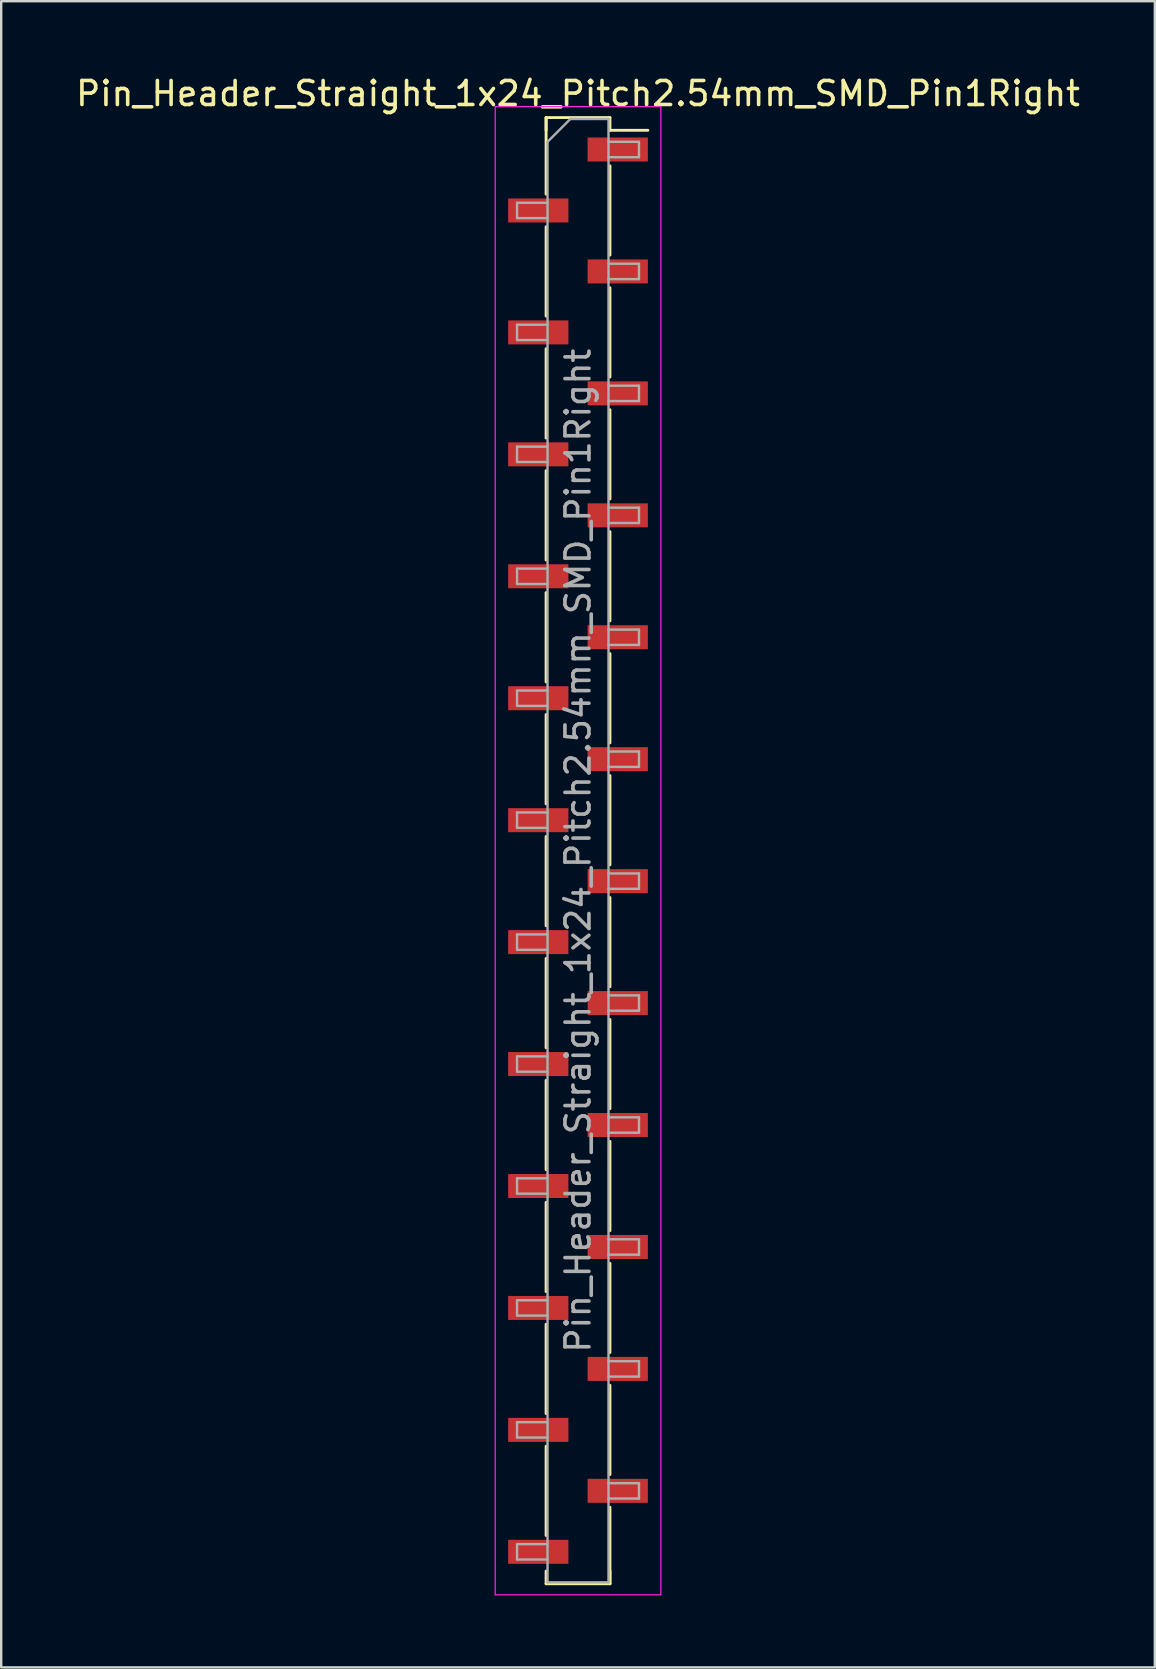
<source format=kicad_pcb>
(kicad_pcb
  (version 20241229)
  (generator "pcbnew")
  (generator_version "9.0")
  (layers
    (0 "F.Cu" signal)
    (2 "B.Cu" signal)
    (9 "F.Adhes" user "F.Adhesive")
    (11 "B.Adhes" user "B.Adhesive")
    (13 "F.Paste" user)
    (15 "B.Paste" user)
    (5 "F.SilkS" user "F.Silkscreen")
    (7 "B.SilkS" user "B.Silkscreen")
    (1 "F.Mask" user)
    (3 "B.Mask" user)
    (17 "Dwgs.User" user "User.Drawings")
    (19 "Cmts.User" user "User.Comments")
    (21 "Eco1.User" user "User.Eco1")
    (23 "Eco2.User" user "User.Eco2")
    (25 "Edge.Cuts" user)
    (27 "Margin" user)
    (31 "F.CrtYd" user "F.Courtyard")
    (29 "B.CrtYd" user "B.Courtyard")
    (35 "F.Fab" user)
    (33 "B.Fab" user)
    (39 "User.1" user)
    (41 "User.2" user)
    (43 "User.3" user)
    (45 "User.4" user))
  (footprint "Pin_Header_Straight_1x24_Pitch2.54mm_SMD_Pin1Right"
    (layer "F.Cu")
    (at 21.03 32.388)
    (property "Reference" "Pin_Header_Straight_1x24_Pitch2.54mm_SMD_Pin1Right" (at 0 -31.54 0) (layer "F.SilkS") (effects (font (size 1 1) (thickness 0.15))))
    (attr smd)
    (fp_line (start -1.33 -30.54) (end -1.33 -27.35) (stroke (width 0.12) (type solid)) (layer "F.SilkS"))
    (fp_line (start -1.33 -30.54) (end 1.33 -30.54) (stroke (width 0.12) (type solid)) (layer "F.SilkS"))
    (fp_line (start -1.33 -30.01) (end -1.33 -30.54) (stroke (width 0.12) (type solid)) (layer "F.SilkS"))
    (fp_line (start -1.33 -25.99) (end -1.33 -22.27) (stroke (width 0.12) (type solid)) (layer "F.SilkS"))
    (fp_line (start -1.33 -20.91) (end -1.33 -17.19) (stroke (width 0.12) (type solid)) (layer "F.SilkS"))
    (fp_line (start -1.33 -15.83) (end -1.33 -12.11) (stroke (width 0.12) (type solid)) (layer "F.SilkS"))
    (fp_line (start -1.33 -10.75) (end -1.33 -7.03) (stroke (width 0.12) (type solid)) (layer "F.SilkS"))
    (fp_line (start -1.33 -5.67) (end -1.33 -1.95) (stroke (width 0.12) (type solid)) (layer "F.SilkS"))
    (fp_line (start -1.33 -0.59) (end -1.33 3.13) (stroke (width 0.12) (type solid)) (layer "F.SilkS"))
    (fp_line (start -1.33 4.49) (end -1.33 8.21) (stroke (width 0.12) (type solid)) (layer "F.SilkS"))
    (fp_line (start -1.33 9.57) (end -1.33 13.29) (stroke (width 0.12) (type solid)) (layer "F.SilkS"))
    (fp_line (start -1.33 14.65) (end -1.33 18.37) (stroke (width 0.12) (type solid)) (layer "F.SilkS"))
    (fp_line (start -1.33 19.73) (end -1.33 23.45) (stroke (width 0.12) (type solid)) (layer "F.SilkS"))
    (fp_line (start -1.33 24.81) (end -1.33 28.53) (stroke (width 0.12) (type solid)) (layer "F.SilkS"))
    (fp_line (start -1.33 30.01) (end -1.33 30.54) (stroke (width 0.12) (type solid)) (layer "F.SilkS"))
    (fp_line (start -1.33 30.54) (end 1.33 30.54) (stroke (width 0.12) (type solid)) (layer "F.SilkS"))
    (fp_line (start 1.33 -30.54) (end 1.33 -30.01) (stroke (width 0.12) (type solid)) (layer "F.SilkS"))
    (fp_line (start 1.33 -30.01) (end 2.91 -30.01) (stroke (width 0.12) (type solid)) (layer "F.SilkS"))
    (fp_line (start 1.33 -28.53) (end 1.33 -24.81) (stroke (width 0.12) (type solid)) (layer "F.SilkS"))
    (fp_line (start 1.33 -23.45) (end 1.33 -19.73) (stroke (width 0.12) (type solid)) (layer "F.SilkS"))
    (fp_line (start 1.33 -18.37) (end 1.33 -14.65) (stroke (width 0.12) (type solid)) (layer "F.SilkS"))
    (fp_line (start 1.33 -13.29) (end 1.33 -9.57) (stroke (width 0.12) (type solid)) (layer "F.SilkS"))
    (fp_line (start 1.33 -8.21) (end 1.33 -4.49) (stroke (width 0.12) (type solid)) (layer "F.SilkS"))
    (fp_line (start 1.33 -3.13) (end 1.33 0.59) (stroke (width 0.12) (type solid)) (layer "F.SilkS"))
    (fp_line (start 1.33 1.95) (end 1.33 5.67) (stroke (width 0.12) (type solid)) (layer "F.SilkS"))
    (fp_line (start 1.33 7.03) (end 1.33 10.75) (stroke (width 0.12) (type solid)) (layer "F.SilkS"))
    (fp_line (start 1.33 12.11) (end 1.33 15.83) (stroke (width 0.12) (type solid)) (layer "F.SilkS"))
    (fp_line (start 1.33 17.19) (end 1.33 20.91) (stroke (width 0.12) (type solid)) (layer "F.SilkS"))
    (fp_line (start 1.33 22.27) (end 1.33 25.99) (stroke (width 0.12) (type solid)) (layer "F.SilkS"))
    (fp_line (start 1.33 27.35) (end 1.33 30.54) (stroke (width 0.12) (type solid)) (layer "F.SilkS"))
    (fp_line (start 1.33 30.54) (end 1.33 30.01) (stroke (width 0.12) (type solid)) (layer "F.SilkS"))
    (fp_line (start -3.45 -31) (end -3.45 31) (stroke (width 0.05) (type solid)) (layer "F.CrtYd"))
    (fp_line (start -3.45 31) (end 3.45 31) (stroke (width 0.05) (type solid)) (layer "F.CrtYd"))
    (fp_line (start 3.45 -31) (end -3.45 -31) (stroke (width 0.05) (type solid)) (layer "F.CrtYd"))
    (fp_line (start 3.45 31) (end 3.45 -31) (stroke (width 0.05) (type solid)) (layer "F.CrtYd"))
    (fp_line (start -2.54 -26.99) (end -2.54 -26.35) (stroke (width 0.1) (type solid)) (layer "F.Fab"))
    (fp_line (start -2.54 -26.35) (end -1.27 -26.35) (stroke (width 0.1) (type solid)) (layer "F.Fab"))
    (fp_line (start -2.54 -21.91) (end -2.54 -21.27) (stroke (width 0.1) (type solid)) (layer "F.Fab"))
    (fp_line (start -2.54 -21.27) (end -1.27 -21.27) (stroke (width 0.1) (type solid)) (layer "F.Fab"))
    (fp_line (start -2.54 -16.83) (end -2.54 -16.19) (stroke (width 0.1) (type solid)) (layer "F.Fab"))
    (fp_line (start -2.54 -16.19) (end -1.27 -16.19) (stroke (width 0.1) (type solid)) (layer "F.Fab"))
    (fp_line (start -2.54 -11.75) (end -2.54 -11.11) (stroke (width 0.1) (type solid)) (layer "F.Fab"))
    (fp_line (start -2.54 -11.11) (end -1.27 -11.11) (stroke (width 0.1) (type solid)) (layer "F.Fab"))
    (fp_line (start -2.54 -6.67) (end -2.54 -6.03) (stroke (width 0.1) (type solid)) (layer "F.Fab"))
    (fp_line (start -2.54 -6.03) (end -1.27 -6.03) (stroke (width 0.1) (type solid)) (layer "F.Fab"))
    (fp_line (start -2.54 -1.59) (end -2.54 -0.95) (stroke (width 0.1) (type solid)) (layer "F.Fab"))
    (fp_line (start -2.54 -0.95) (end -1.27 -0.95) (stroke (width 0.1) (type solid)) (layer "F.Fab"))
    (fp_line (start -2.54 3.49) (end -2.54 4.13) (stroke (width 0.1) (type solid)) (layer "F.Fab"))
    (fp_line (start -2.54 4.13) (end -1.27 4.13) (stroke (width 0.1) (type solid)) (layer "F.Fab"))
    (fp_line (start -2.54 8.57) (end -2.54 9.21) (stroke (width 0.1) (type solid)) (layer "F.Fab"))
    (fp_line (start -2.54 9.21) (end -1.27 9.21) (stroke (width 0.1) (type solid)) (layer "F.Fab"))
    (fp_line (start -2.54 13.65) (end -2.54 14.29) (stroke (width 0.1) (type solid)) (layer "F.Fab"))
    (fp_line (start -2.54 14.29) (end -1.27 14.29) (stroke (width 0.1) (type solid)) (layer "F.Fab"))
    (fp_line (start -2.54 18.73) (end -2.54 19.37) (stroke (width 0.1) (type solid)) (layer "F.Fab"))
    (fp_line (start -2.54 19.37) (end -1.27 19.37) (stroke (width 0.1) (type solid)) (layer "F.Fab"))
    (fp_line (start -2.54 23.81) (end -2.54 24.45) (stroke (width 0.1) (type solid)) (layer "F.Fab"))
    (fp_line (start -2.54 24.45) (end -1.27 24.45) (stroke (width 0.1) (type solid)) (layer "F.Fab"))
    (fp_line (start -2.54 28.89) (end -2.54 29.53) (stroke (width 0.1) (type solid)) (layer "F.Fab"))
    (fp_line (start -2.54 29.53) (end -1.27 29.53) (stroke (width 0.1) (type solid)) (layer "F.Fab"))
    (fp_line (start -1.27 -29.53) (end -0.32 -30.48) (stroke (width 0.1) (type solid)) (layer "F.Fab"))
    (fp_line (start -1.27 -26.99) (end -2.54 -26.99) (stroke (width 0.1) (type solid)) (layer "F.Fab"))
    (fp_line (start -1.27 -21.91) (end -2.54 -21.91) (stroke (width 0.1) (type solid)) (layer "F.Fab"))
    (fp_line (start -1.27 -16.83) (end -2.54 -16.83) (stroke (width 0.1) (type solid)) (layer "F.Fab"))
    (fp_line (start -1.27 -11.75) (end -2.54 -11.75) (stroke (width 0.1) (type solid)) (layer "F.Fab"))
    (fp_line (start -1.27 -6.67) (end -2.54 -6.67) (stroke (width 0.1) (type solid)) (layer "F.Fab"))
    (fp_line (start -1.27 -1.59) (end -2.54 -1.59) (stroke (width 0.1) (type solid)) (layer "F.Fab"))
    (fp_line (start -1.27 3.49) (end -2.54 3.49) (stroke (width 0.1) (type solid)) (layer "F.Fab"))
    (fp_line (start -1.27 8.57) (end -2.54 8.57) (stroke (width 0.1) (type solid)) (layer "F.Fab"))
    (fp_line (start -1.27 13.65) (end -2.54 13.65) (stroke (width 0.1) (type solid)) (layer "F.Fab"))
    (fp_line (start -1.27 18.73) (end -2.54 18.73) (stroke (width 0.1) (type solid)) (layer "F.Fab"))
    (fp_line (start -1.27 23.81) (end -2.54 23.81) (stroke (width 0.1) (type solid)) (layer "F.Fab"))
    (fp_line (start -1.27 28.89) (end -2.54 28.89) (stroke (width 0.1) (type solid)) (layer "F.Fab"))
    (fp_line (start -1.27 30.48) (end -1.27 -29.53) (stroke (width 0.1) (type solid)) (layer "F.Fab"))
    (fp_line (start -0.32 -30.48) (end 1.27 -30.48) (stroke (width 0.1) (type solid)) (layer "F.Fab"))
    (fp_line (start 1.27 -30.48) (end 1.27 30.48) (stroke (width 0.1) (type solid)) (layer "F.Fab"))
    (fp_line (start 1.27 -29.53) (end 2.54 -29.53) (stroke (width 0.1) (type solid)) (layer "F.Fab"))
    (fp_line (start 1.27 -24.45) (end 2.54 -24.45) (stroke (width 0.1) (type solid)) (layer "F.Fab"))
    (fp_line (start 1.27 -19.37) (end 2.54 -19.37) (stroke (width 0.1) (type solid)) (layer "F.Fab"))
    (fp_line (start 1.27 -14.29) (end 2.54 -14.29) (stroke (width 0.1) (type solid)) (layer "F.Fab"))
    (fp_line (start 1.27 -9.21) (end 2.54 -9.21) (stroke (width 0.1) (type solid)) (layer "F.Fab"))
    (fp_line (start 1.27 -4.13) (end 2.54 -4.13) (stroke (width 0.1) (type solid)) (layer "F.Fab"))
    (fp_line (start 1.27 0.95) (end 2.54 0.95) (stroke (width 0.1) (type solid)) (layer "F.Fab"))
    (fp_line (start 1.27 6.03) (end 2.54 6.03) (stroke (width 0.1) (type solid)) (layer "F.Fab"))
    (fp_line (start 1.27 11.11) (end 2.54 11.11) (stroke (width 0.1) (type solid)) (layer "F.Fab"))
    (fp_line (start 1.27 16.19) (end 2.54 16.19) (stroke (width 0.1) (type solid)) (layer "F.Fab"))
    (fp_line (start 1.27 21.27) (end 2.54 21.27) (stroke (width 0.1) (type solid)) (layer "F.Fab"))
    (fp_line (start 1.27 26.35) (end 2.54 26.35) (stroke (width 0.1) (type solid)) (layer "F.Fab"))
    (fp_line (start 1.27 30.48) (end -1.27 30.48) (stroke (width 0.1) (type solid)) (layer "F.Fab"))
    (fp_line (start 2.54 -29.53) (end 2.54 -28.89) (stroke (width 0.1) (type solid)) (layer "F.Fab"))
    (fp_line (start 2.54 -28.89) (end 1.27 -28.89) (stroke (width 0.1) (type solid)) (layer "F.Fab"))
    (fp_line (start 2.54 -24.45) (end 2.54 -23.81) (stroke (width 0.1) (type solid)) (layer "F.Fab"))
    (fp_line (start 2.54 -23.81) (end 1.27 -23.81) (stroke (width 0.1) (type solid)) (layer "F.Fab"))
    (fp_line (start 2.54 -19.37) (end 2.54 -18.73) (stroke (width 0.1) (type solid)) (layer "F.Fab"))
    (fp_line (start 2.54 -18.73) (end 1.27 -18.73) (stroke (width 0.1) (type solid)) (layer "F.Fab"))
    (fp_line (start 2.54 -14.29) (end 2.54 -13.65) (stroke (width 0.1) (type solid)) (layer "F.Fab"))
    (fp_line (start 2.54 -13.65) (end 1.27 -13.65) (stroke (width 0.1) (type solid)) (layer "F.Fab"))
    (fp_line (start 2.54 -9.21) (end 2.54 -8.57) (stroke (width 0.1) (type solid)) (layer "F.Fab"))
    (fp_line (start 2.54 -8.57) (end 1.27 -8.57) (stroke (width 0.1) (type solid)) (layer "F.Fab"))
    (fp_line (start 2.54 -4.13) (end 2.54 -3.49) (stroke (width 0.1) (type solid)) (layer "F.Fab"))
    (fp_line (start 2.54 -3.49) (end 1.27 -3.49) (stroke (width 0.1) (type solid)) (layer "F.Fab"))
    (fp_line (start 2.54 0.95) (end 2.54 1.59) (stroke (width 0.1) (type solid)) (layer "F.Fab"))
    (fp_line (start 2.54 1.59) (end 1.27 1.59) (stroke (width 0.1) (type solid)) (layer "F.Fab"))
    (fp_line (start 2.54 6.03) (end 2.54 6.67) (stroke (width 0.1) (type solid)) (layer "F.Fab"))
    (fp_line (start 2.54 6.67) (end 1.27 6.67) (stroke (width 0.1) (type solid)) (layer "F.Fab"))
    (fp_line (start 2.54 11.11) (end 2.54 11.75) (stroke (width 0.1) (type solid)) (layer "F.Fab"))
    (fp_line (start 2.54 11.75) (end 1.27 11.75) (stroke (width 0.1) (type solid)) (layer "F.Fab"))
    (fp_line (start 2.54 16.19) (end 2.54 16.83) (stroke (width 0.1) (type solid)) (layer "F.Fab"))
    (fp_line (start 2.54 16.83) (end 1.27 16.83) (stroke (width 0.1) (type solid)) (layer "F.Fab"))
    (fp_line (start 2.54 21.27) (end 2.54 21.91) (stroke (width 0.1) (type solid)) (layer "F.Fab"))
    (fp_line (start 2.54 21.91) (end 1.27 21.91) (stroke (width 0.1) (type solid)) (layer "F.Fab"))
    (fp_line (start 2.54 26.35) (end 2.54 26.99) (stroke (width 0.1) (type solid)) (layer "F.Fab"))
    (fp_line (start 2.54 26.99) (end 1.27 26.99) (stroke (width 0.1) (type solid)) (layer "F.Fab"))
    (fp_text user "${REFERENCE}" (at 0 0 90) (layer "F.Fab") (effects (font (size 1 1) (thickness 0.15))))
    (pad "1" smd rect (at 1.655 -29.21) (size 2.51 1) (layers "F.Cu" "F.Mask" "F.Paste"))
    (pad "2" smd rect (at -1.655 -26.67) (size 2.51 1) (layers "F.Cu" "F.Mask" "F.Paste"))
    (pad "3" smd rect (at 1.655 -24.13) (size 2.51 1) (layers "F.Cu" "F.Mask" "F.Paste"))
    (pad "4" smd rect (at -1.655 -21.59) (size 2.51 1) (layers "F.Cu" "F.Mask" "F.Paste"))
    (pad "5" smd rect (at 1.655 -19.05) (size 2.51 1) (layers "F.Cu" "F.Mask" "F.Paste"))
    (pad "6" smd rect (at -1.655 -16.51) (size 2.51 1) (layers "F.Cu" "F.Mask" "F.Paste"))
    (pad "7" smd rect (at 1.655 -13.97) (size 2.51 1) (layers "F.Cu" "F.Mask" "F.Paste"))
    (pad "8" smd rect (at -1.655 -11.43) (size 2.51 1) (layers "F.Cu" "F.Mask" "F.Paste"))
    (pad "9" smd rect (at 1.655 -8.89) (size 2.51 1) (layers "F.Cu" "F.Mask" "F.Paste"))
    (pad "10" smd rect (at -1.655 -6.35) (size 2.51 1) (layers "F.Cu" "F.Mask" "F.Paste"))
    (pad "11" smd rect (at 1.655 -3.81) (size 2.51 1) (layers "F.Cu" "F.Mask" "F.Paste"))
    (pad "12" smd rect (at -1.655 -1.27) (size 2.51 1) (layers "F.Cu" "F.Mask" "F.Paste"))
    (pad "13" smd rect (at 1.655 1.27) (size 2.51 1) (layers "F.Cu" "F.Mask" "F.Paste"))
    (pad "14" smd rect (at -1.655 3.81) (size 2.51 1) (layers "F.Cu" "F.Mask" "F.Paste"))
    (pad "15" smd rect (at 1.655 6.35) (size 2.51 1) (layers "F.Cu" "F.Mask" "F.Paste"))
    (pad "16" smd rect (at -1.655 8.89) (size 2.51 1) (layers "F.Cu" "F.Mask" "F.Paste"))
    (pad "17" smd rect (at 1.655 11.43) (size 2.51 1) (layers "F.Cu" "F.Mask" "F.Paste"))
    (pad "18" smd rect (at -1.655 13.97) (size 2.51 1) (layers "F.Cu" "F.Mask" "F.Paste"))
    (pad "19" smd rect (at 1.655 16.51) (size 2.51 1) (layers "F.Cu" "F.Mask" "F.Paste"))
    (pad "20" smd rect (at -1.655 19.05) (size 2.51 1) (layers "F.Cu" "F.Mask" "F.Paste"))
    (pad "21" smd rect (at 1.655 21.59) (size 2.51 1) (layers "F.Cu" "F.Mask" "F.Paste"))
    (pad "22" smd rect (at -1.655 24.13) (size 2.51 1) (layers "F.Cu" "F.Mask" "F.Paste"))
    (pad "23" smd rect (at 1.655 26.67) (size 2.51 1) (layers "F.Cu" "F.Mask" "F.Paste"))
    (pad "24" smd rect (at -1.655 29.21) (size 2.51 1) (layers "F.Cu" "F.Mask" "F.Paste")))
  (gr_rect
    (start -3 -3)
    (end 45.06 66.413)
    (stroke (width 0.1) (type default))
    (fill no)
    (layer "Edge.Cuts")))
</source>
